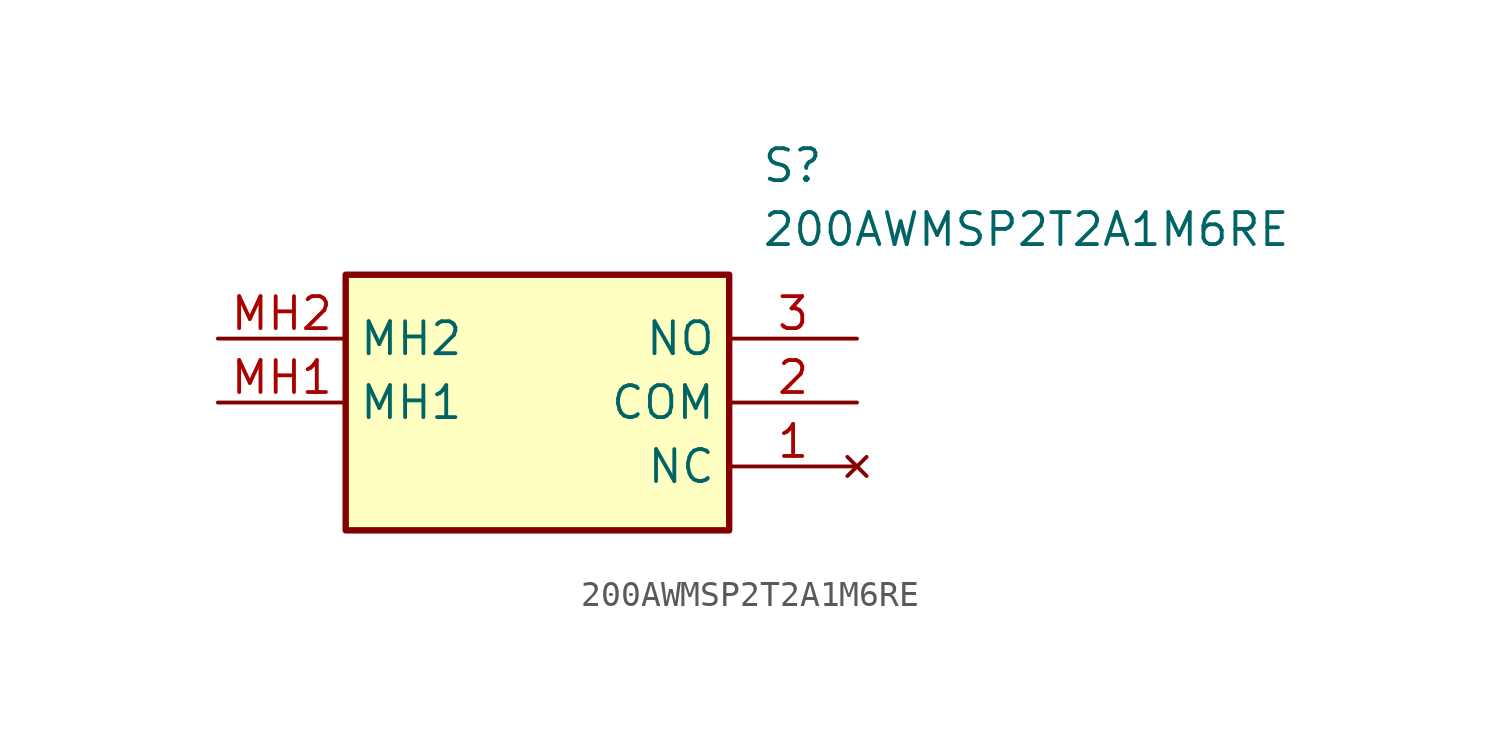
<source format=kicad_sym>
(kicad_symbol_lib
  (version 20211014)
  (generator SamacSys_ECAD_Model)
  (symbol "200AWMSP2T2A1M6RE"
    (property "Reference" "S"
      (at 21.59 7.62 0)
      (effects (font (size 1.27 1.27)) (justify left top)))
    (property "Value" "200AWMSP2T2A1M6RE"
      (at 21.59 5.08 0)
      (effects (font (size 1.27 1.27)) (justify left top)))
    (rectangle
      (start 5.08 2.54)
      (end 20.32 -7.62)
      (stroke (width 0.254) (type default))
      (fill (type background)))
    (pin no_connect line
      (at 25.4 -5.08 180)
      (length 5.08)
      (name "NC" (effects (font (size 1.27 1.27))))
      (number "1" (effects (font (size 1.27 1.27)))))
    (pin passive line
      (at 25.4 -2.54 180)
      (length 5.08)
      (name "COM" (effects (font (size 1.27 1.27))))
      (number "2" (effects (font (size 1.27 1.27)))))
    (pin passive line
      (at 25.4 0 180)
      (length 5.08)
      (name "NO" (effects (font (size 1.27 1.27))))
      (number "3" (effects (font (size 1.27 1.27)))))
    (pin passive line
      (at 0 -2.54 0)
      (length 5.08)
      (name "MH1" (effects (font (size 1.27 1.27))))
      (number "MH1" (effects (font (size 1.27 1.27)))))
    (pin passive line
      (at 0 0 0)
      (length 5.08)
      (name "MH2" (effects (font (size 1.27 1.27))))
      (number "MH2" (effects (font (size 1.27 1.27)))))))
</source>
